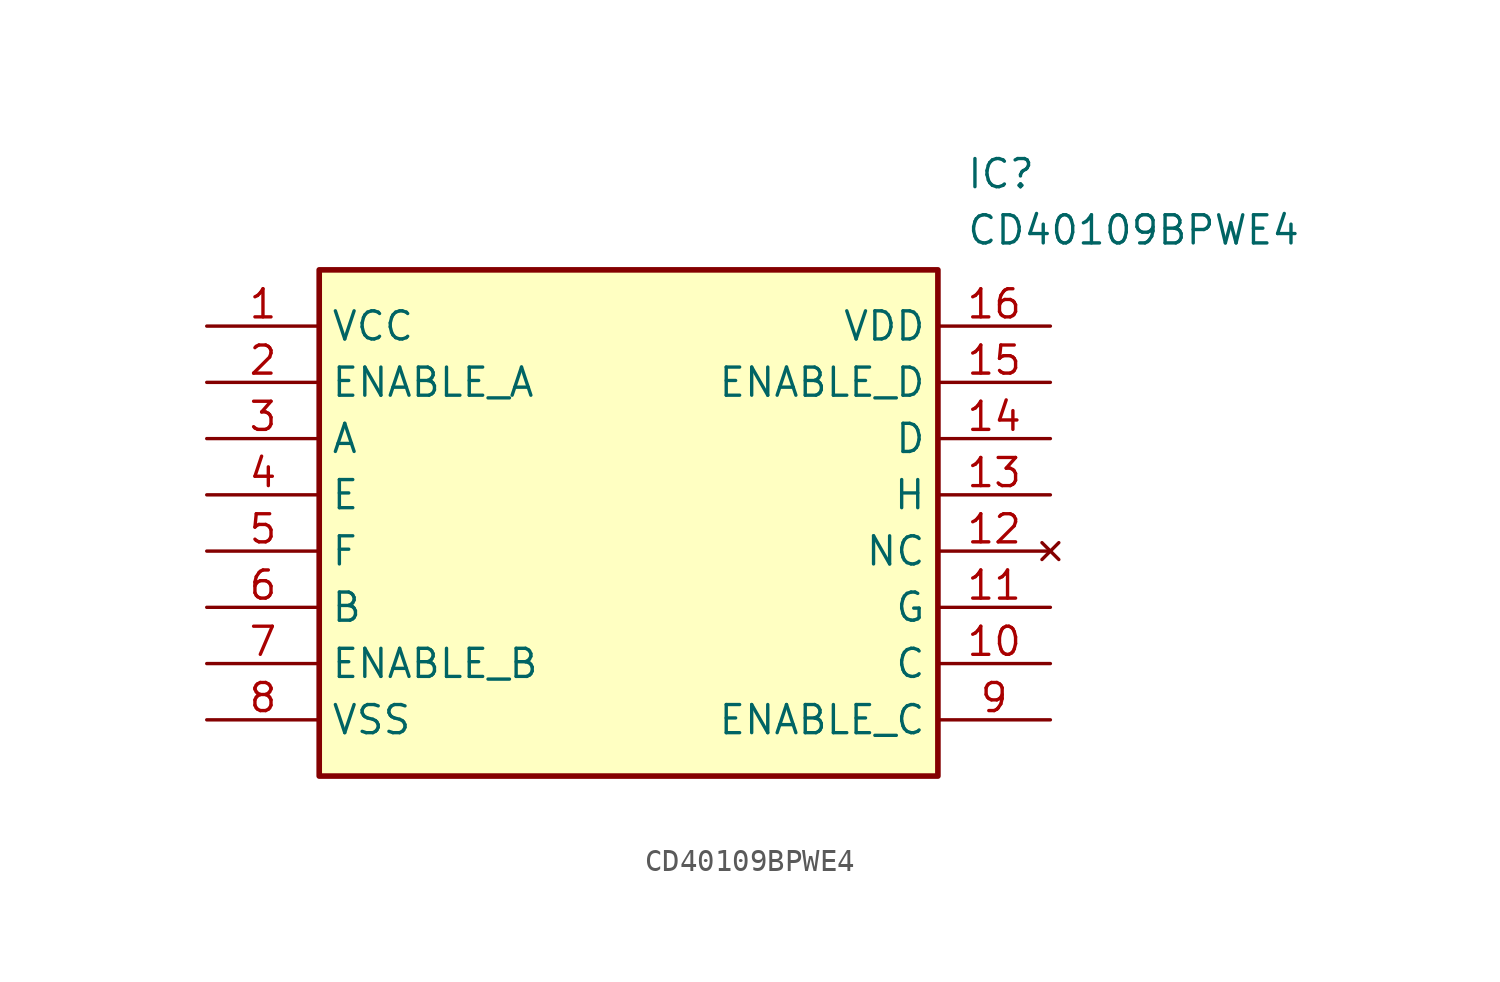
<source format=kicad_sym>
(kicad_symbol_lib
  (version 20211014)
  (generator SamacSys_ECAD_Model)
  (symbol "CD40109BPWE4"
    (property "Reference" "IC"
      (at 34.29 7.62 0)
      (effects (font (size 1.27 1.27)) (justify left top)))
    (property "Value" "CD40109BPWE4"
      (at 34.29 5.08 0)
      (effects (font (size 1.27 1.27)) (justify left top)))
    (rectangle
      (start 5.08 2.54)
      (end 33.02 -20.32)
      (stroke (width 0.254) (type default))
      (fill (type background)))
    (pin passive line
      (at 0 0 0)
      (length 5.08)
      (name "VCC" (effects (font (size 1.27 1.27))))
      (number "1" (effects (font (size 1.27 1.27)))))
    (pin passive line
      (at 0 -2.54 0)
      (length 5.08)
      (name "ENABLE_A" (effects (font (size 1.27 1.27))))
      (number "2" (effects (font (size 1.27 1.27)))))
    (pin passive line
      (at 0 -5.08 0)
      (length 5.08)
      (name "A" (effects (font (size 1.27 1.27))))
      (number "3" (effects (font (size 1.27 1.27)))))
    (pin passive line
      (at 0 -7.62 0)
      (length 5.08)
      (name "E" (effects (font (size 1.27 1.27))))
      (number "4" (effects (font (size 1.27 1.27)))))
    (pin passive line
      (at 0 -10.16 0)
      (length 5.08)
      (name "F" (effects (font (size 1.27 1.27))))
      (number "5" (effects (font (size 1.27 1.27)))))
    (pin passive line
      (at 0 -12.7 0)
      (length 5.08)
      (name "B" (effects (font (size 1.27 1.27))))
      (number "6" (effects (font (size 1.27 1.27)))))
    (pin passive line
      (at 0 -15.24 0)
      (length 5.08)
      (name "ENABLE_B" (effects (font (size 1.27 1.27))))
      (number "7" (effects (font (size 1.27 1.27)))))
    (pin passive line
      (at 0 -17.78 0)
      (length 5.08)
      (name "VSS" (effects (font (size 1.27 1.27))))
      (number "8" (effects (font (size 1.27 1.27)))))
    (pin passive line
      (at 38.1 0 180)
      (length 5.08)
      (name "VDD" (effects (font (size 1.27 1.27))))
      (number "16" (effects (font (size 1.27 1.27)))))
    (pin passive line
      (at 38.1 -2.54 180)
      (length 5.08)
      (name "ENABLE_D" (effects (font (size 1.27 1.27))))
      (number "15" (effects (font (size 1.27 1.27)))))
    (pin passive line
      (at 38.1 -5.08 180)
      (length 5.08)
      (name "D" (effects (font (size 1.27 1.27))))
      (number "14" (effects (font (size 1.27 1.27)))))
    (pin passive line
      (at 38.1 -7.62 180)
      (length 5.08)
      (name "H" (effects (font (size 1.27 1.27))))
      (number "13" (effects (font (size 1.27 1.27)))))
    (pin no_connect line
      (at 38.1 -10.16 180)
      (length 5.08)
      (name "NC" (effects (font (size 1.27 1.27))))
      (number "12" (effects (font (size 1.27 1.27)))))
    (pin passive line
      (at 38.1 -12.7 180)
      (length 5.08)
      (name "G" (effects (font (size 1.27 1.27))))
      (number "11" (effects (font (size 1.27 1.27)))))
    (pin passive line
      (at 38.1 -15.24 180)
      (length 5.08)
      (name "C" (effects (font (size 1.27 1.27))))
      (number "10" (effects (font (size 1.27 1.27)))))
    (pin passive line
      (at 38.1 -17.78 180)
      (length 5.08)
      (name "ENABLE_C" (effects (font (size 1.27 1.27))))
      (number "9" (effects (font (size 1.27 1.27)))))))
</source>
